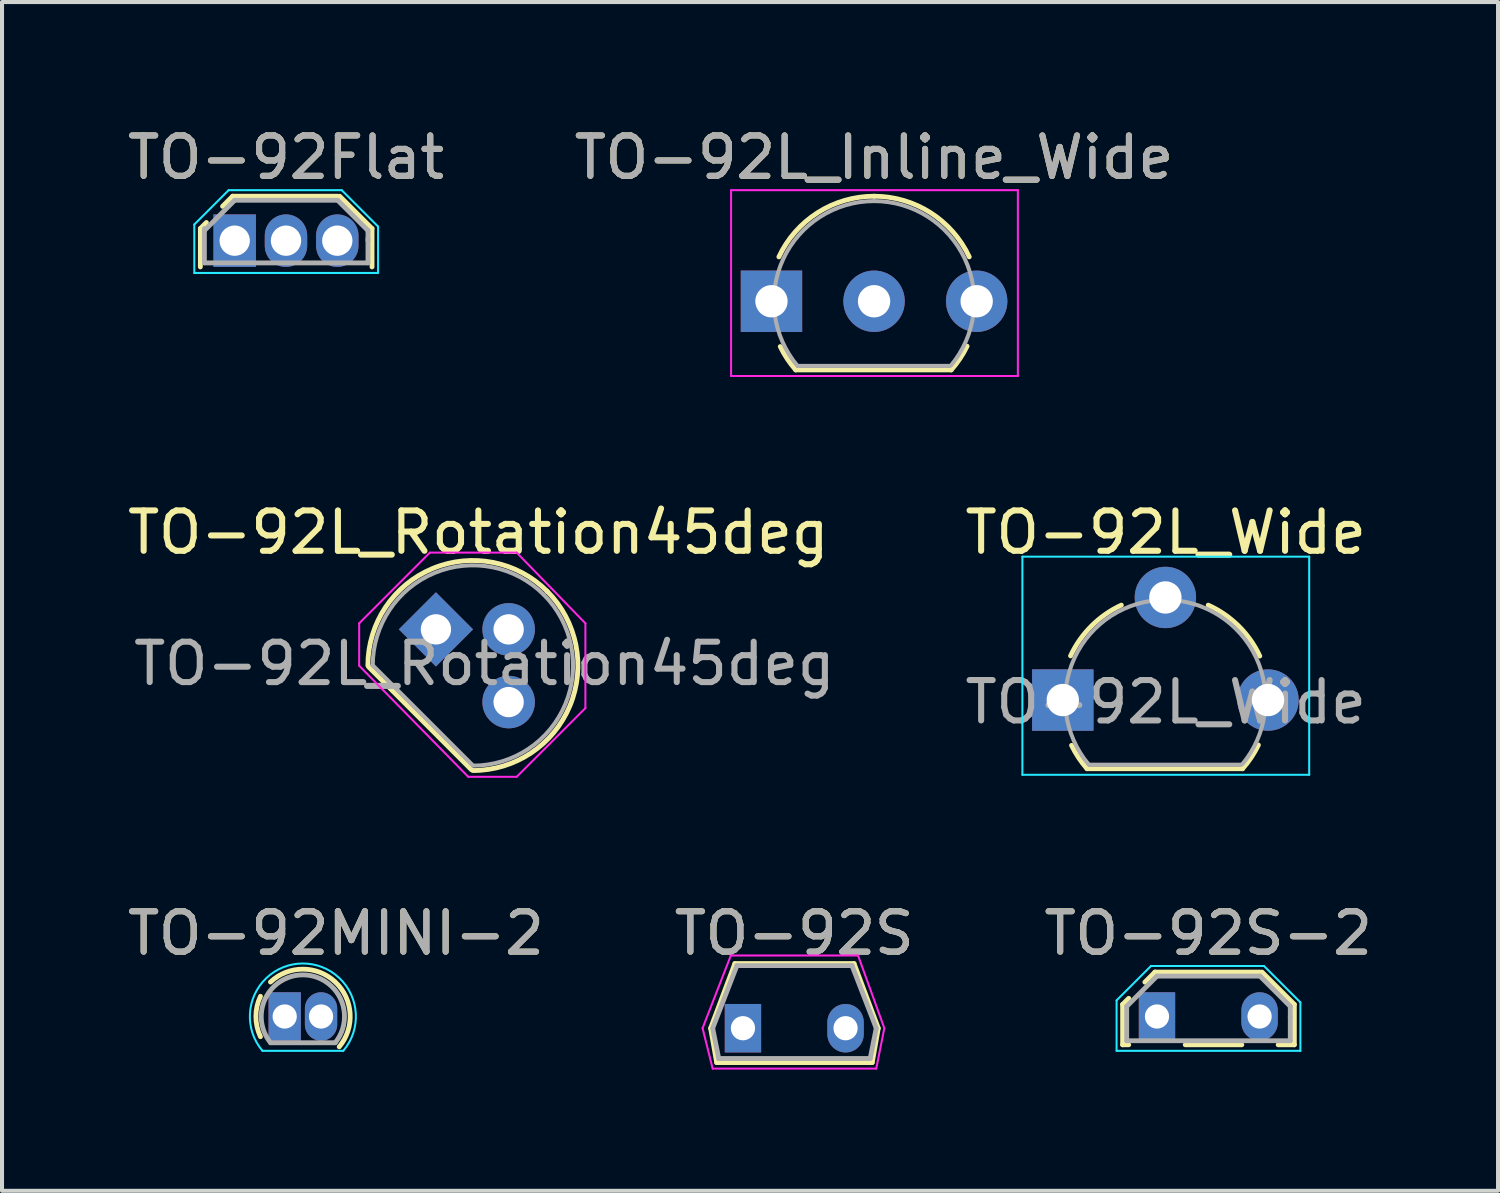
<source format=kicad_pcb>
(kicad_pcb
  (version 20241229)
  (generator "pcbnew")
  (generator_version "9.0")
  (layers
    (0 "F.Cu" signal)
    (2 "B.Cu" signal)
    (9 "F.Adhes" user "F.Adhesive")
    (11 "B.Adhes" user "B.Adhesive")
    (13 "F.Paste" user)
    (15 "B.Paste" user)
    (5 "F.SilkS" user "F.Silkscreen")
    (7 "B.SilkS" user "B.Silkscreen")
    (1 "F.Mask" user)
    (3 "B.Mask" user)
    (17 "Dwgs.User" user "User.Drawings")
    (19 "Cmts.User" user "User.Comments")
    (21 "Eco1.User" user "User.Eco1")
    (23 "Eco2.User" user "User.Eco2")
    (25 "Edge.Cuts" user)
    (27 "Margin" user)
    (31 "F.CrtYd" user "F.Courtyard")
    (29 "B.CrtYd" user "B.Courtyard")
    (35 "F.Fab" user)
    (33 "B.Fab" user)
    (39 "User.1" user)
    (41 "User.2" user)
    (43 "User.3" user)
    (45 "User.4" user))
  (footprint "TO-92Flat"
    (layer "F.Cu")
    (at 2.76 2.908)
    (property "Reference" "TO-92Flat" (at 1.27 -2.06 0) (layer "F.SilkS") (effects (font (size 1 1) (thickness 0.15))))
    (attr through_hole)
    (fp_line (start -0.85 0.65) (end -0.85 -0.3) (stroke (width 0.12) (type solid)) (layer "F.SilkS"))
    (fp_line (start -0.7 -0.45) (end -0.85 -0.3) (stroke (width 0.12) (type solid)) (layer "F.SilkS"))
    (fp_line (start -0.05 -1.1) (end -0.3 -0.85) (stroke (width 0.12) (type solid)) (layer "F.SilkS"))
    (fp_line (start 2.55 -1.1) (end -0.05 -1.1) (stroke (width 0.12) (type solid)) (layer "F.SilkS"))
    (fp_line (start 2.6 -1.1) (end 3.4 -0.3) (stroke (width 0.12) (type solid)) (layer "F.SilkS"))
    (fp_line (start 3.4 -0.3) (end 3.4 0.65) (stroke (width 0.12) (type solid)) (layer "F.SilkS"))
    (fp_line (start -1 -0.4) (end -0.15 -1.25) (stroke (width 0.05) (type solid)) (layer "B.CrtYd"))
    (fp_line (start -1 0.8) (end -1 -0.4) (stroke (width 0.05) (type solid)) (layer "B.CrtYd"))
    (fp_line (start -0.15 -1.25) (end 2.65 -1.25) (stroke (width 0.05) (type solid)) (layer "B.CrtYd"))
    (fp_line (start 2.65 -1.25) (end 3.55 -0.35) (stroke (width 0.05) (type solid)) (layer "B.CrtYd"))
    (fp_line (start 3.55 -0.35) (end 3.55 0.8) (stroke (width 0.05) (type solid)) (layer "B.CrtYd"))
    (fp_line (start 3.55 0.8) (end -1 0.8) (stroke (width 0.05) (type solid)) (layer "B.CrtYd"))
    (fp_line (start -0.75 -0.25) (end 0 -1) (stroke (width 0.12) (type solid)) (layer "F.Fab"))
    (fp_line (start -0.75 0.55) (end -0.75 -0.3) (stroke (width 0.12) (type solid)) (layer "F.Fab"))
    (fp_line (start -0.75 0.55) (end 3.3 0.55) (stroke (width 0.12) (type solid)) (layer "F.Fab"))
    (fp_line (start 0 -1) (end 2.55 -1) (stroke (width 0.12) (type solid)) (layer "F.Fab"))
    (fp_line (start 3.3 -0.25) (end 2.55 -1) (stroke (width 0.12) (type solid)) (layer "F.Fab"))
    (fp_line (start 3.3 0) (end 3.3 -0.25) (stroke (width 0.12) (type solid)) (layer "F.Fab"))
    (fp_line (start 3.3 0.55) (end 3.3 -0.05) (stroke (width 0.12) (type solid)) (layer "F.Fab"))
    (fp_text user "${REFERENCE}" (at 1.27 -2.06 0) (layer "F.Fab") (effects (font (size 1 1) (thickness 0.15))))
    (pad "1" thru_hole rect (at 0 0 180) (size 1.05 1.3) (drill 0.75) (layers "*.Cu" "*.Mask"))
    (pad "2" thru_hole oval (at 1.27 0 180) (size 1.05 1.3) (drill 0.75) (layers "*.Cu" "*.Mask"))
    (pad "3" thru_hole oval (at 2.54 0 180) (size 1.05 1.3) (drill 0.75) (layers "*.Cu" "*.Mask")))
  (footprint "TO-92S"
    (layer "F.Cu")
    (at 15.343 22.405)
    (property "Reference" "TO-92S" (at 1.27 -2.35 0) (layer "F.SilkS") (effects (font (size 1 1) (thickness 0.15))))
    (attr through_hole)
    (fp_line (start -0.8 0) (end -0.65 0.85) (stroke (width 0.12) (type solid)) (layer "F.SilkS"))
    (fp_line (start -0.65 0.85) (end 3.2 0.85) (stroke (width 0.12) (type solid)) (layer "F.SilkS"))
    (fp_line (start -0.2 -1.6) (end -0.8 0) (stroke (width 0.12) (type solid)) (layer "F.SilkS"))
    (fp_line (start 2.75 -1.6) (end -0.2 -1.6) (stroke (width 0.12) (type solid)) (layer "F.SilkS"))
    (fp_line (start 3.2 0.85) (end 3.35 0) (stroke (width 0.12) (type solid)) (layer "F.SilkS"))
    (fp_line (start 3.35 0) (end 2.75 -1.6) (stroke (width 0.12) (type solid)) (layer "F.SilkS"))
    (fp_line (start -1 0) (end -0.75 1) (stroke (width 0.05) (type solid)) (layer "F.CrtYd"))
    (fp_line (start -0.75 1) (end 3.3 1) (stroke (width 0.05) (type solid)) (layer "F.CrtYd"))
    (fp_line (start -0.3 -1.8) (end -1 0) (stroke (width 0.05) (type solid)) (layer "F.CrtYd"))
    (fp_line (start 2.85 -1.8) (end -0.3 -1.8) (stroke (width 0.05) (type solid)) (layer "F.CrtYd"))
    (fp_line (start 3.3 1) (end 3.5 0) (stroke (width 0.05) (type solid)) (layer "F.CrtYd"))
    (fp_line (start 3.5 0) (end 2.85 -1.8) (stroke (width 0.05) (type solid)) (layer "F.CrtYd"))
    (fp_line (start -0.75 0) (end -0.15 -1.55) (stroke (width 0.12) (type solid)) (layer "F.Fab"))
    (fp_line (start -0.6 0.75) (end -0.75 0) (stroke (width 0.12) (type solid)) (layer "F.Fab"))
    (fp_line (start -0.6 0.75) (end 3.15 0.75) (stroke (width 0.12) (type solid)) (layer "F.Fab"))
    (fp_line (start -0.15 -1.55) (end 2.7 -1.55) (stroke (width 0.12) (type solid)) (layer "F.Fab"))
    (fp_line (start 3.15 0.75) (end 3.3 0) (stroke (width 0.12) (type solid)) (layer "F.Fab"))
    (fp_line (start 3.3 0) (end 2.7 -1.55) (stroke (width 0.12) (type solid)) (layer "F.Fab"))
    (fp_text user "${REFERENCE}" (at 1.27 -2.35 0) (layer "F.Fab") (effects (font (size 1 1) (thickness 0.15))))
    (pad "1" thru_hole rect (at 0 0 180) (size 0.9 1.2) (drill 0.6) (layers "*.Cu" "*.Mask"))
    (pad "2" thru_hole oval (at 2.54 0 180) (size 0.9 1.2) (drill 0.6) (layers "*.Cu" "*.Mask")))
  (footprint "TO-92L_Inline_Wide"
    (layer "F.Cu")
    (at 16.049 4.408)
    (property "Reference" "TO-92L_Inline_Wide" (at 2.54 -3.56 180) (layer "F.SilkS") (effects (font (size 1 1) (thickness 0.15))))
    (attr through_hole)
    (fp_line (start 0.6 1.7) (end 4.45 1.7) (stroke (width 0.12) (type solid)) (layer "F.SilkS"))
    (fp_arc (start 0.1836 -1.098807) (mid 1.143021 -2.192817) (end 2.54 -2.6) (stroke (width 0.12) (type solid)) (layer "F.SilkS"))
    (fp_arc (start 0.6 1.7) (mid 0.389183 1.423933) (end 0.217369 1.122045) (stroke (width 0.12) (type solid)) (layer "F.SilkS"))
    (fp_arc (start 2.54 -2.6) (mid 3.936979 -2.192818) (end 4.8964 -1.098807) (stroke (width 0.12) (type solid)) (layer "F.SilkS"))
    (fp_arc (start 4.842383 1.112264) (mid 4.666594 1.419753) (end 4.45 1.7) (stroke (width 0.12) (type solid)) (layer "F.SilkS"))
    (fp_line (start -1 -2.75) (end -1 1.85) (stroke (width 0.05) (type solid)) (layer "F.CrtYd"))
    (fp_line (start -1 -2.75) (end 6.1 -2.75) (stroke (width 0.05) (type solid)) (layer "F.CrtYd"))
    (fp_line (start 6.1 1.85) (end -1 1.85) (stroke (width 0.05) (type solid)) (layer "F.CrtYd"))
    (fp_line (start 6.1 1.85) (end 6.1 -2.75) (stroke (width 0.05) (type solid)) (layer "F.CrtYd"))
    (fp_line (start 0.65 1.6) (end 4.4 1.6) (stroke (width 0.1) (type solid)) (layer "F.Fab"))
    (fp_arc (start 0.647182 1.602385) (mid 0.290076 -1.043188) (end 2.54 -2.48) (stroke (width 0.1) (type solid)) (layer "F.Fab"))
    (fp_arc (start 2.54 -2.48) (mid 4.787211 -1.049019) (end 4.441103 1.592547) (stroke (width 0.1) (type solid)) (layer "F.Fab"))
    (fp_text user "${REFERENCE}" (at 2.54 -3.56 180) (layer "F.Fab") (effects (font (size 1 1) (thickness 0.15))))
    (pad "1" thru_hole rect (at 0 0 90) (size 1.52 1.52) (drill 0.8) (layers "*.Cu" "*.Mask"))
    (pad "2" thru_hole circle (at 2.54 0 90) (size 1.52 1.52) (drill 0.8) (layers "*.Cu" "*.Mask"))
    (pad "3" thru_hole circle (at 5.08 0 90) (size 1.52 1.52) (drill 0.8) (layers "*.Cu" "*.Mask")))
  (footprint "TO-92L_Rotation45deg"
    (layer "F.Cu")
    (at 7.742 12.531)
    (property "Reference" "TO-92L_Rotation45deg" (at 1.05 -2.4 0) (layer "F.SilkS") (effects (font (size 1 1) (thickness 0.15))))
    (attr through_hole)
    (fp_line (start -1.665 0.93) (end 0.88 3.475) (stroke (width 0.12) (type solid)) (layer "F.SilkS"))
    (fp_arc (start -1.684557 0.894558) (mid -0.079535 -1.507528) (end 2.753919 -0.943919) (stroke (width 0.12) (type solid)) (layer "F.SilkS"))
    (fp_arc (start 2.753919 -0.943919) (mid 3.317528 1.889535) (end 0.915442 3.494557) (stroke (width 0.12) (type solid)) (layer "F.SilkS"))
    (fp_line (start -1.9 -0.15) (end -0.15 -1.9) (stroke (width 0.05) (type solid)) (layer "F.CrtYd"))
    (fp_line (start -1.9 0.9) (end -1.9 -0.15) (stroke (width 0.05) (type solid)) (layer "F.CrtYd"))
    (fp_line (start -0.15 -1.9) (end 2 -1.9) (stroke (width 0.05) (type solid)) (layer "F.CrtYd"))
    (fp_line (start 0.8 3.65) (end -1.9 0.9) (stroke (width 0.05) (type solid)) (layer "F.CrtYd"))
    (fp_line (start 2 -1.9) (end 3.7 -0.15) (stroke (width 0.05) (type solid)) (layer "F.CrtYd"))
    (fp_line (start 2 3.65) (end 0.8 3.65) (stroke (width 0.05) (type solid)) (layer "F.CrtYd"))
    (fp_line (start 3.7 -0.15) (end 3.7 1.95) (stroke (width 0.05) (type solid)) (layer "F.CrtYd"))
    (fp_line (start 3.7 1.95) (end 2 3.65) (stroke (width 0.05) (type solid)) (layer "F.CrtYd"))
    (fp_line (start -1.574 0.88) (end 0.901 3.355) (stroke (width 0.1) (type solid)) (layer "F.Fab"))
    (fp_arc (start -1.564557 0.894558) (mid -0.033613 -1.396662) (end 2.669066 -0.859066) (stroke (width 0.1) (type solid)) (layer "F.Fab"))
    (fp_arc (start 2.669066 -0.859066) (mid 3.206662 1.843612) (end 0.915442 3.374557) (stroke (width 0.1) (type solid)) (layer "F.Fab"))
    (fp_text user "${REFERENCE}" (at 1.2 0.85 0) (layer "F.Fab") (effects (font (size 1 1) (thickness 0.15))))
    (pad "1" thru_hole rect (at 0 0 45) (size 1.3 1.3) (drill 0.75) (layers "*.Cu" "*.Mask"))
    (pad "2" thru_hole circle (at 1.8 0 45) (size 1.3 1.3) (drill 0.75) (layers "*.Cu" "*.Mask"))
    (pad "3" thru_hole circle (at 1.8 1.8 45) (size 1.3 1.3) (drill 0.75) (layers "*.Cu" "*.Mask")))
  (footprint "TO-92S-2"
    (layer "F.Cu")
    (at 25.593 22.115)
    (property "Reference" "TO-92S-2" (at 1.27 -2.06 0) (layer "F.SilkS") (effects (font (size 1 1) (thickness 0.15))))
    (attr through_hole)
    (fp_line (start -0.85 0.7) (end -0.85 -0.3) (stroke (width 0.12) (type solid)) (layer "F.SilkS"))
    (fp_line (start -0.85 0.7) (end -0.7 0.7) (stroke (width 0.12) (type solid)) (layer "F.SilkS"))
    (fp_line (start -0.7 -0.45) (end -0.85 -0.3) (stroke (width 0.12) (type solid)) (layer "F.SilkS"))
    (fp_line (start -0.05 -1.1) (end -0.3 -0.85) (stroke (width 0.12) (type solid)) (layer "F.SilkS"))
    (fp_line (start 2.1 0.7) (end 0.7 0.7) (stroke (width 0.12) (type solid)) (layer "F.SilkS"))
    (fp_line (start 2.55 -1.1) (end -0.05 -1.1) (stroke (width 0.12) (type solid)) (layer "F.SilkS"))
    (fp_line (start 2.6 -1.1) (end 3.4 -0.3) (stroke (width 0.12) (type solid)) (layer "F.SilkS"))
    (fp_line (start 3.4 -0.3) (end 3.4 0.7) (stroke (width 0.12) (type solid)) (layer "F.SilkS"))
    (fp_line (start 3.4 0.7) (end 3 0.7) (stroke (width 0.12) (type solid)) (layer "F.SilkS"))
    (fp_line (start -1 -0.4) (end -0.15 -1.25) (stroke (width 0.05) (type solid)) (layer "B.CrtYd"))
    (fp_line (start -1 0.85) (end -1 -0.4) (stroke (width 0.05) (type solid)) (layer "B.CrtYd"))
    (fp_line (start -0.15 -1.25) (end 2.65 -1.25) (stroke (width 0.05) (type solid)) (layer "B.CrtYd"))
    (fp_line (start 2.65 -1.25) (end 3.55 -0.35) (stroke (width 0.05) (type solid)) (layer "B.CrtYd"))
    (fp_line (start 3.55 -0.35) (end 3.55 0.85) (stroke (width 0.05) (type solid)) (layer "B.CrtYd"))
    (fp_line (start 3.55 0.85) (end -1 0.85) (stroke (width 0.05) (type solid)) (layer "B.CrtYd"))
    (fp_line (start -0.75 -0.25) (end 0 -1) (stroke (width 0.12) (type solid)) (layer "F.Fab"))
    (fp_line (start -0.75 0.6) (end -0.75 -0.25) (stroke (width 0.12) (type solid)) (layer "F.Fab"))
    (fp_line (start -0.75 0.6) (end 3.3 0.6) (stroke (width 0.12) (type solid)) (layer "F.Fab"))
    (fp_line (start 0 -1) (end 2.55 -1) (stroke (width 0.12) (type solid)) (layer "F.Fab"))
    (fp_line (start 3.3 -0.25) (end 2.55 -1) (stroke (width 0.12) (type solid)) (layer "F.Fab"))
    (fp_line (start 3.3 0) (end 3.3 -0.25) (stroke (width 0.12) (type solid)) (layer "F.Fab"))
    (fp_line (start 3.3 0.6) (end 3.3 0) (stroke (width 0.12) (type solid)) (layer "F.Fab"))
    (fp_text user "${REFERENCE}" (at 1.27 -2.06 0) (layer "F.Fab") (effects (font (size 1 1) (thickness 0.15))))
    (pad "1" thru_hole rect (at 0 0 180) (size 0.9 1.2) (drill 0.6) (layers "*.Cu" "*.Mask"))
    (pad "2" thru_hole oval (at 2.54 0 180) (size 0.9 1.2) (drill 0.6) (layers "*.Cu" "*.Mask")))
  (footprint "TO-92L_Wide"
    (layer "F.Cu")
    (at 23.261 14.281)
    (property "Reference" "TO-92L_Wide" (at 2.55 -4.15 0) (layer "F.SilkS") (effects (font (size 1 1) (thickness 0.15))))
    (attr through_hole)
    (fp_line (start 0.6 1.7) (end 4.45 1.7) (stroke (width 0.12) (type solid)) (layer "F.SilkS"))
    (fp_arc (start 0.192226 -1.094786) (mid 0.710119 -1.833613) (end 1.45 -2.35) (stroke (width 0.12) (type solid)) (layer "F.SilkS"))
    (fp_arc (start 0.6 1.7) (mid 0.389183 1.423933) (end 0.217369 1.122045) (stroke (width 0.12) (type solid)) (layer "F.SilkS"))
    (fp_arc (start 3.6 -2.35) (mid 4.351408 -1.834367) (end 4.876463 -1.089513) (stroke (width 0.12) (type solid)) (layer "F.SilkS"))
    (fp_arc (start 4.842383 1.112264) (mid 4.666594 1.419753) (end 4.45 1.7) (stroke (width 0.12) (type solid)) (layer "F.SilkS"))
    (fp_line (start -1 -3.55) (end -1 1.85) (stroke (width 0.05) (type solid)) (layer "B.CrtYd"))
    (fp_line (start -1 1.85) (end 6.1 1.85) (stroke (width 0.05) (type solid)) (layer "B.CrtYd"))
    (fp_line (start 6.1 -3.55) (end -1 -3.55) (stroke (width 0.05) (type solid)) (layer "B.CrtYd"))
    (fp_line (start 6.1 1.85) (end 6.1 -3.55) (stroke (width 0.05) (type solid)) (layer "B.CrtYd"))
    (fp_line (start 0.65 1.6) (end 4.4 1.6) (stroke (width 0.1) (type solid)) (layer "F.Fab"))
    (fp_arc (start 0.647182 1.602385) (mid 0.290076 -1.043188) (end 2.54 -2.48) (stroke (width 0.1) (type solid)) (layer "F.Fab"))
    (fp_arc (start 2.54 -2.48) (mid 4.787211 -1.049019) (end 4.441103 1.592547) (stroke (width 0.1) (type solid)) (layer "F.Fab"))
    (fp_text user "${REFERENCE}" (at 2.55 0.05 0) (layer "F.Fab") (effects (font (size 1 1) (thickness 0.15))))
    (pad "1" thru_hole rect (at 0 0 90) (size 1.52 1.52) (drill 0.8) (layers "*.Cu" "*.Mask"))
    (pad "2" thru_hole circle (at 2.54 -2.54 90) (size 1.52 1.52) (drill 0.8) (layers "*.Cu" "*.Mask"))
    (pad "3" thru_hole circle (at 5.08 0 90) (size 1.52 1.52) (drill 0.8) (layers "*.Cu" "*.Mask")))
  (footprint "TO-92MINI-2"
    (layer "F.Cu")
    (at 3.998 22.115)
    (property "Reference" "TO-92MINI-2" (at 1.27 -2.06 0) (layer "F.SilkS") (effects (font (size 1 1) (thickness 0.15))))
    (attr through_hole)
    (fp_arc (start -0.599999 0.5) (mid -0.712969 0) (end -0.599999 -0.499999) (stroke (width 0.12) (type solid)) (layer "F.SilkS"))
    (fp_arc (start -0.35293 -0.853112) (mid 1.253024 -0.853024) (end 1.349999 0.749999) (stroke (width 0.12) (type solid)) (layer "F.SilkS"))
    (fp_line (start -0.55 0.85) (end 1.45 0.85) (stroke (width 0.05) (type solid)) (layer "B.CrtYd"))
    (fp_arc (start -0.55043 0.849492) (mid 0.450333 -1.312439) (end 1.449999 0.849999) (stroke (width 0.05) (type solid)) (layer "B.CrtYd"))
    (fp_line (start -0.35 0.65) (end 1.25 0.65) (stroke (width 0.12) (type solid)) (layer "F.Fab"))
    (fp_arc (start -0.35 0.65) (mid 0.45 -1.030776) (end 1.25 0.65) (stroke (width 0.12) (type solid)) (layer "F.Fab"))
    (fp_text user "${REFERENCE}" (at 1.27 -2.06 0) (layer "F.Fab") (effects (font (size 1 1) (thickness 0.15))))
    (pad "1" thru_hole rect (at 0 0 180) (size 0.8 1.2) (drill 0.6) (layers "*.Cu" "*.Mask"))
    (pad "2" thru_hole oval (at 0.9 0 180) (size 0.8 1.2) (drill 0.6) (layers "*.Cu" "*.Mask")))
  (gr_rect
    (start -3 -3)
    (end 34.036 26.43)
    (stroke (width 0.1) (type default))
    (fill no)
    (layer "Edge.Cuts")))
</source>
